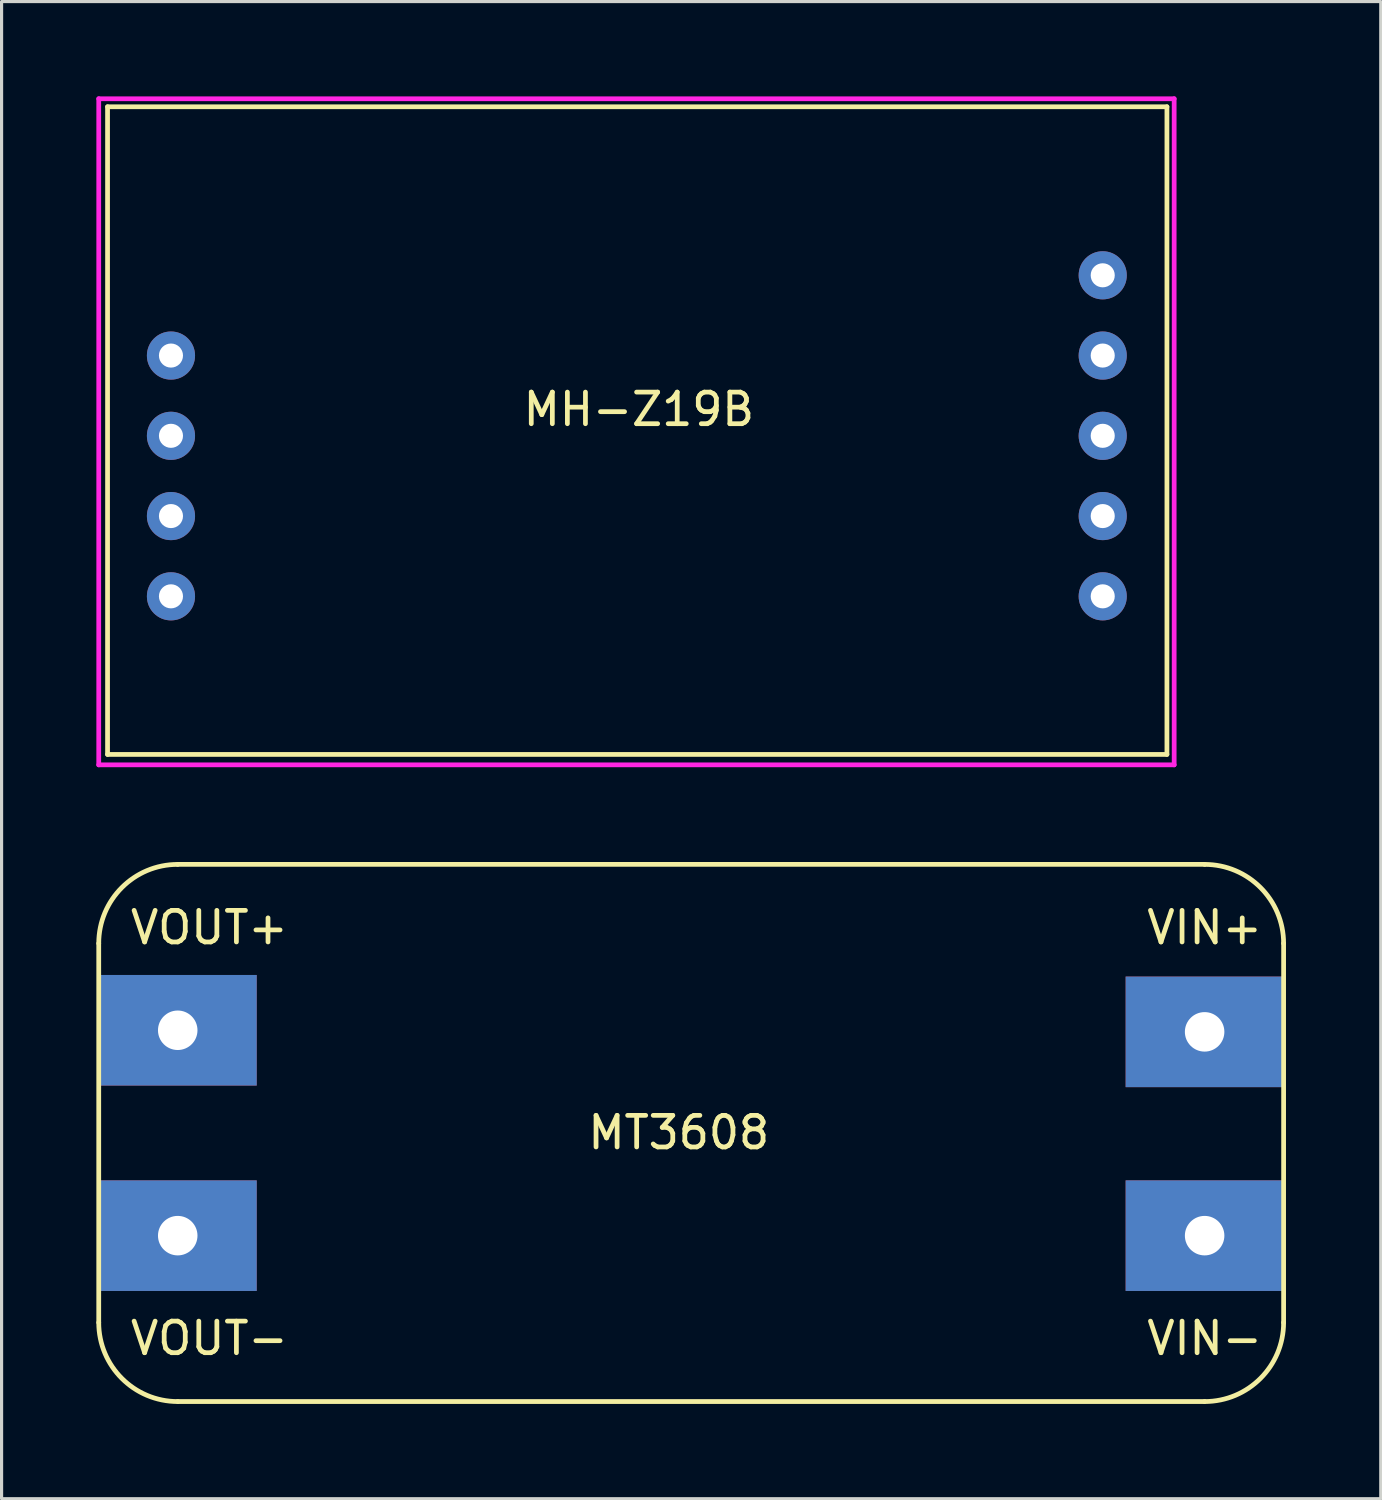
<source format=kicad_pcb>
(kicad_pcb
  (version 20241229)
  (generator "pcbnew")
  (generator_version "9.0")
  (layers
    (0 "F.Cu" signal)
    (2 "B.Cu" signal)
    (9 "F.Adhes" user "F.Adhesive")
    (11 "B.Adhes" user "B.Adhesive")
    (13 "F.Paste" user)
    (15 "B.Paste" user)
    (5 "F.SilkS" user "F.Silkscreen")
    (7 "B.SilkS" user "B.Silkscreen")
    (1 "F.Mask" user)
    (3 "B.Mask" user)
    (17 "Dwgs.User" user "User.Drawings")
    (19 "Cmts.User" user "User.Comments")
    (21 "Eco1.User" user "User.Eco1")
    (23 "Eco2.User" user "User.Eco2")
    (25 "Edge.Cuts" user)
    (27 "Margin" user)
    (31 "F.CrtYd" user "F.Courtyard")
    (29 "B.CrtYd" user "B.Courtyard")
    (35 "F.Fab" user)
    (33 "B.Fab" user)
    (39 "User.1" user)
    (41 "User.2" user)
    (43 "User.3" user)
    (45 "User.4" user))
  (footprint "MH-Z19B"
    (layer "F.Cu")
    (at 2.361 15.823)
    (property "Reference" "MH-Z19B" (at 14.808 -5.918 0) (layer "F.SilkS") (effects (font (size 1 1) (thickness 0.15))))
    (attr through_hole)
    (fp_line (start -2.007 -15.494) (end 31.521 -15.494) (stroke (width 0.15) (type solid)) (layer "F.SilkS"))
    (fp_line (start -2.007 5.004) (end -2.007 -15.494) (stroke (width 0.15) (type solid)) (layer "F.SilkS"))
    (fp_line (start 31.521 -15.494) (end 31.521 5.004) (stroke (width 0.15) (type solid)) (layer "F.SilkS"))
    (fp_line (start 31.521 5.004) (end -2.007 5.004) (stroke (width 0.15) (type solid)) (layer "F.SilkS"))
    (fp_line (start -2.286 -15.748) (end 31.75 -15.748) (stroke (width 0.15) (type solid)) (layer "F.CrtYd"))
    (fp_line (start -2.286 5.334) (end -2.286 -15.748) (stroke (width 0.15) (type solid)) (layer "F.CrtYd"))
    (fp_line (start 31.75 -15.748) (end 31.75 5.334) (stroke (width 0.15) (type solid)) (layer "F.CrtYd"))
    (fp_line (start 31.75 5.334) (end -2.286 5.334) (stroke (width 0.15) (type solid)) (layer "F.CrtYd"))
    (pad "1" thru_hole circle (at 0 0) (size 1.524 1.524) (drill 0.762) (layers "*.Cu" "*.Mask"))
    (pad "2" thru_hole circle (at 0 -2.54) (size 1.524 1.524) (drill 0.762) (layers "*.Cu" "*.Mask"))
    (pad "3" thru_hole circle (at 0 -5.08) (size 1.524 1.524) (drill 0.762) (layers "*.Cu" "*.Mask"))
    (pad "4" thru_hole circle (at 0 -7.62) (size 1.524 1.524) (drill 0.762) (layers "*.Cu" "*.Mask"))
    (pad "5" thru_hole circle (at 29.489 0) (size 1.524 1.524) (drill 0.762) (layers "*.Cu" "*.Mask"))
    (pad "6" thru_hole circle (at 29.489 -2.54) (size 1.524 1.524) (drill 0.762) (layers "*.Cu" "*.Mask"))
    (pad "7" thru_hole circle (at 29.489 -5.08) (size 1.524 1.524) (drill 0.762) (layers "*.Cu" "*.Mask"))
    (pad "8" thru_hole circle (at 29.489 -7.62) (size 1.524 1.524) (drill 0.762) (layers "*.Cu" "*.Mask"))
    (pad "9" thru_hole circle (at 29.489 -10.16) (size 1.524 1.524) (drill 0.762) (layers "*.Cu" "*.Mask")))
  (footprint "MT3608"
    (layer "F.Cu")
    (at 18.446 32.909)
    (property "Reference" "MT3608" (at -0.013 -0.114 180) (layer "F.SilkS") (effects (font (size 1 1) (thickness 0.15))))
    (attr through_hole)
    (fp_line (start -18.371 -6.102) (end -18.371 5.898) (stroke (width 0.15) (type solid)) (layer "F.SilkS"))
    (fp_line (start -15.871 8.398) (end 16.629 8.398) (stroke (width 0.15) (type solid)) (layer "F.SilkS"))
    (fp_line (start 16.629 -8.602) (end -15.871 -8.602) (stroke (width 0.15) (type solid)) (layer "F.SilkS"))
    (fp_line (start 19.129 5.898) (end 19.129 -6.102) (stroke (width 0.15) (type solid)) (layer "F.SilkS"))
    (fp_arc (start -18.3711 -6.1016) (mid -17.638867 -7.869367) (end -15.8711 -8.6016) (stroke (width 0.15) (type solid)) (layer "F.SilkS"))
    (fp_arc (start -15.8711 8.3984) (mid -17.638867 7.666167) (end -18.3711 5.8984) (stroke (width 0.15) (type solid)) (layer "F.SilkS"))
    (fp_arc (start 16.6289 -8.6016) (mid 18.396667 -7.869367) (end 19.1289 -6.1016) (stroke (width 0.15) (type solid)) (layer "F.SilkS"))
    (fp_arc (start 19.1289 5.8984) (mid 18.396667 7.666167) (end 16.6289 8.3984) (stroke (width 0.15) (type solid)) (layer "F.SilkS"))
    (fp_text user "VIN-" (at 16.629 6.398 0) (layer "F.SilkS") (effects (font (size 1 1) (thickness 0.15))))
    (fp_text user "VOUT-" (at -14.871 6.398 0) (layer "F.SilkS") (effects (font (size 1 1) (thickness 0.15))))
    (fp_text user "VIN+" (at 16.629 -6.602 0) (layer "F.SilkS") (effects (font (size 1 1) (thickness 0.15))))
    (fp_text user "VOUT+" (at -14.871 -6.602 0) (layer "F.SilkS") (effects (font (size 1 1) (thickness 0.15))))
    (pad "1" thru_hole rect (at 16.629 -3.302 180) (size 5 3.5) (drill 1.25) (layers "*.Cu" "*.Mask"))
    (pad "2" thru_hole rect (at 16.629 3.148 180) (size 5 3.5) (drill 1.25) (layers "*.Cu" "*.Mask"))
    (pad "3" thru_hole rect (at -15.871 -3.352 180) (size 5 3.5) (drill 1.25) (layers "*.Cu" "*.Mask"))
    (pad "4" thru_hole rect (at -15.871 3.148 180) (size 5 3.5) (drill 1.25) (layers "*.Cu" "*.Mask")))
  (gr_rect
    (start -3 -3)
    (end 40.65 44.382)
    (stroke (width 0.1) (type default))
    (fill no)
    (layer "Edge.Cuts")))
</source>
